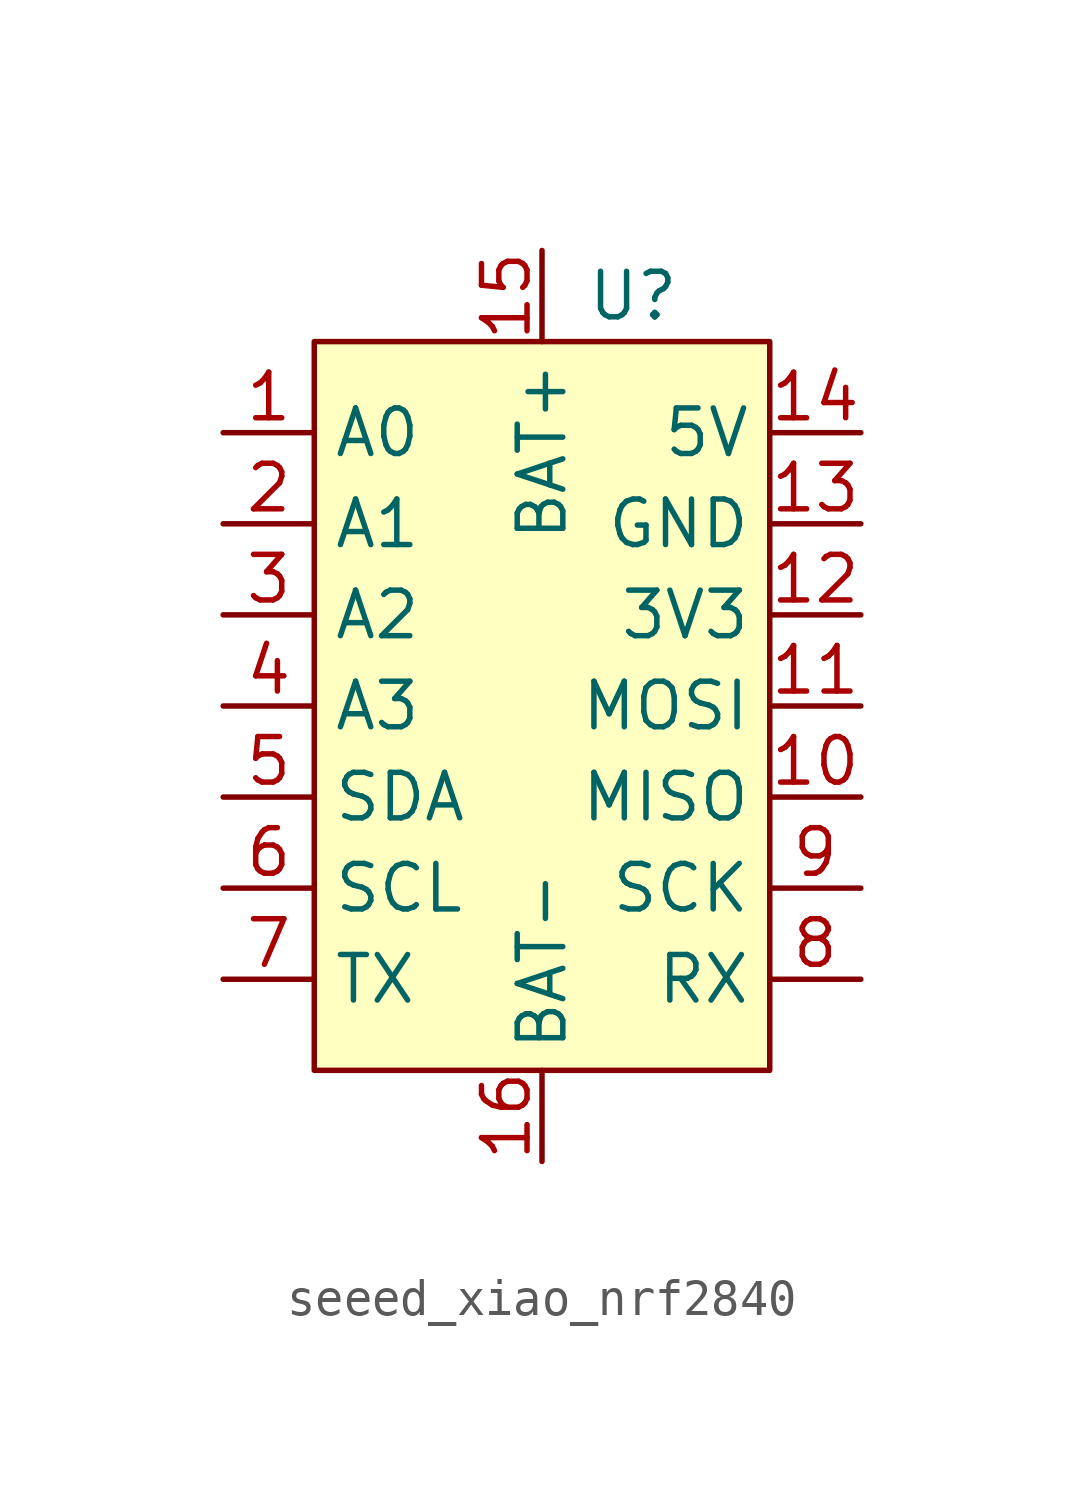
<source format=kicad_sym>
(kicad_symbol_lib
  (version 20211014)
  (generator kicad_symbol_editor)
  (symbol "seeed_xiao_nrf2840"
    (property "Reference" "U"
      (at 8.89 3.81 0)
      (effects (font (size 1.27 1.27))))
    (symbol "seeed_xiao_nrf2840_0_1"
      (rectangle (start 0 2.54) (end 12.7 -17.78) (stroke (width 0) (type default) (color 0 0 0 0)) (fill (type background))))
    (symbol "seeed_xiao_nrf2840_1_1"
      (pin input line (at -2.54 0 0) (length 2.54) (name "A0" (effects (font (size 1.27 1.27)))) (number "1" (effects (font (size 1.27 1.27)))))
      (pin input line (at 15.24 -10.16 180) (length 2.54) (name "MISO" (effects (font (size 1.27 1.27)))) (number "10" (effects (font (size 1.27 1.27)))))
      (pin input line (at 15.24 -7.62 180) (length 2.54) (name "MOSI" (effects (font (size 1.27 1.27)))) (number "11" (effects (font (size 1.27 1.27)))))
      (pin input line (at 15.24 -5.08 180) (length 2.54) (name "3V3" (effects (font (size 1.27 1.27)))) (number "12" (effects (font (size 1.27 1.27)))))
      (pin input line (at 15.24 -2.54 180) (length 2.54) (name "GND" (effects (font (size 1.27 1.27)))) (number "13" (effects (font (size 1.27 1.27)))))
      (pin input line (at 15.24 0 180) (length 2.54) (name "5V" (effects (font (size 1.27 1.27)))) (number "14" (effects (font (size 1.27 1.27)))))
      (pin input line (at 6.35 5.08 270) (length 2.54) (name "BAT+" (effects (font (size 1.27 1.27)))) (number "15" (effects (font (size 1.27 1.27)))))
      (pin input line (at 6.35 -20.32 90) (length 2.54) (name "BAT-" (effects (font (size 1.27 1.27)))) (number "16" (effects (font (size 1.27 1.27)))))
      (pin input line (at -2.54 -2.54 0) (length 2.54) (name "A1" (effects (font (size 1.27 1.27)))) (number "2" (effects (font (size 1.27 1.27)))))
      (pin input line (at -2.54 -5.08 0) (length 2.54) (name "A2" (effects (font (size 1.27 1.27)))) (number "3" (effects (font (size 1.27 1.27)))))
      (pin input line (at -2.54 -7.62 0) (length 2.54) (name "A3" (effects (font (size 1.27 1.27)))) (number "4" (effects (font (size 1.27 1.27)))))
      (pin input line (at -2.54 -10.16 0) (length 2.54) (name "SDA" (effects (font (size 1.27 1.27)))) (number "5" (effects (font (size 1.27 1.27)))))
      (pin input line (at -2.54 -12.7 0) (length 2.54) (name "SCL" (effects (font (size 1.27 1.27)))) (number "6" (effects (font (size 1.27 1.27)))))
      (pin input line (at -2.54 -15.24 0) (length 2.54) (name "TX" (effects (font (size 1.27 1.27)))) (number "7" (effects (font (size 1.27 1.27)))))
      (pin input line (at 15.24 -15.24 180) (length 2.54) (name "RX" (effects (font (size 1.27 1.27)))) (number "8" (effects (font (size 1.27 1.27)))))
      (pin input line (at 15.24 -12.7 180) (length 2.54) (name "SCK" (effects (font (size 1.27 1.27)))) (number "9" (effects (font (size 1.27 1.27))))))))
</source>
